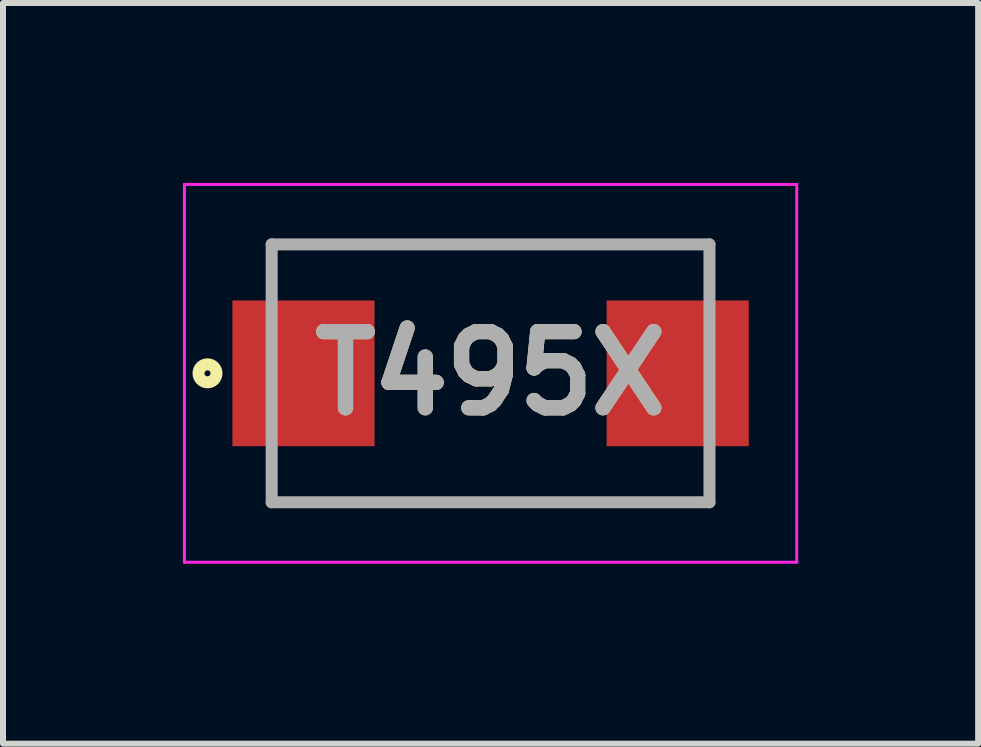
<source format=kicad_pcb>
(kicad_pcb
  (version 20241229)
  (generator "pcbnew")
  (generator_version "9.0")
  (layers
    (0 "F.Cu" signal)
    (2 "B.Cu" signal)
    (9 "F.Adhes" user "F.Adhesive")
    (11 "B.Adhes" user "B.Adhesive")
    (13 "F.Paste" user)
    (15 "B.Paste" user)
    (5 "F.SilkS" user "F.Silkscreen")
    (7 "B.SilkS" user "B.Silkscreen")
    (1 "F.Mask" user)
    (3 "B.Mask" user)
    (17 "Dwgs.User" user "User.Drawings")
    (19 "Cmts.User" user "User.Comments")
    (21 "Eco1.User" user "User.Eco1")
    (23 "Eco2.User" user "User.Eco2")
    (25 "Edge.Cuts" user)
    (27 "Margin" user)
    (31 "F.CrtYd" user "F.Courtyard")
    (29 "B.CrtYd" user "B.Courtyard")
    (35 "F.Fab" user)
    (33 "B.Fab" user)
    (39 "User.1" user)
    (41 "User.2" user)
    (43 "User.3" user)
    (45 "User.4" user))
  (footprint "T495X"
    (layer "F.Cu")
    (at 5.13 3.175)
    (property "Reference" "T495X" (at 0 0 0) (layer "F.SilkS") (effects (font (size 1.27 1.27) (thickness 0.254))))
    (attr smd)
    (fp_line (start -3.65 -2.15) (end 3.65 -2.15) (stroke (width 0.1) (type solid)) (layer "F.SilkS"))
    (fp_line (start 3.65 2.15) (end -3.65 2.15) (stroke (width 0.1) (type solid)) (layer "F.SilkS"))
    (fp_circle (center -4.72 0) (end -4.72 0.05) (stroke (width 0.2) (type solid)) (fill no) (layer "F.SilkS"))
    (fp_line (start -5.105 -3.15) (end 5.105 -3.15) (stroke (width 0.05) (type solid)) (layer "F.CrtYd"))
    (fp_line (start -5.105 3.15) (end -5.105 -3.15) (stroke (width 0.05) (type solid)) (layer "F.CrtYd"))
    (fp_line (start 5.105 -3.15) (end 5.105 3.15) (stroke (width 0.05) (type solid)) (layer "F.CrtYd"))
    (fp_line (start 5.105 3.15) (end -5.105 3.15) (stroke (width 0.05) (type solid)) (layer "F.CrtYd"))
    (fp_line (start -3.65 -2.15) (end 3.65 -2.15) (stroke (width 0.2) (type solid)) (layer "F.Fab"))
    (fp_line (start -3.65 2.15) (end -3.65 -2.15) (stroke (width 0.2) (type solid)) (layer "F.Fab"))
    (fp_line (start 3.65 -2.15) (end 3.65 2.15) (stroke (width 0.2) (type solid)) (layer "F.Fab"))
    (fp_line (start 3.65 2.15) (end -3.65 2.15) (stroke (width 0.2) (type solid)) (layer "F.Fab"))
    (fp_text user "${REFERENCE}" (at 0 0 0) (layer "F.Fab") (effects (font (size 1.27 1.27) (thickness 0.254))))
    (pad "1" smd rect (at -3.12 0) (size 2.37 2.43) (layers "F.Cu" "F.Mask" "F.Paste"))
    (pad "2" smd rect (at 3.12 0) (size 2.37 2.43) (layers "F.Cu" "F.Mask" "F.Paste")))
  (gr_rect
    (start -3 -3)
    (end 13.26 9.35)
    (stroke (width 0.1) (type default))
    (fill no)
    (layer "Edge.Cuts")))
</source>
